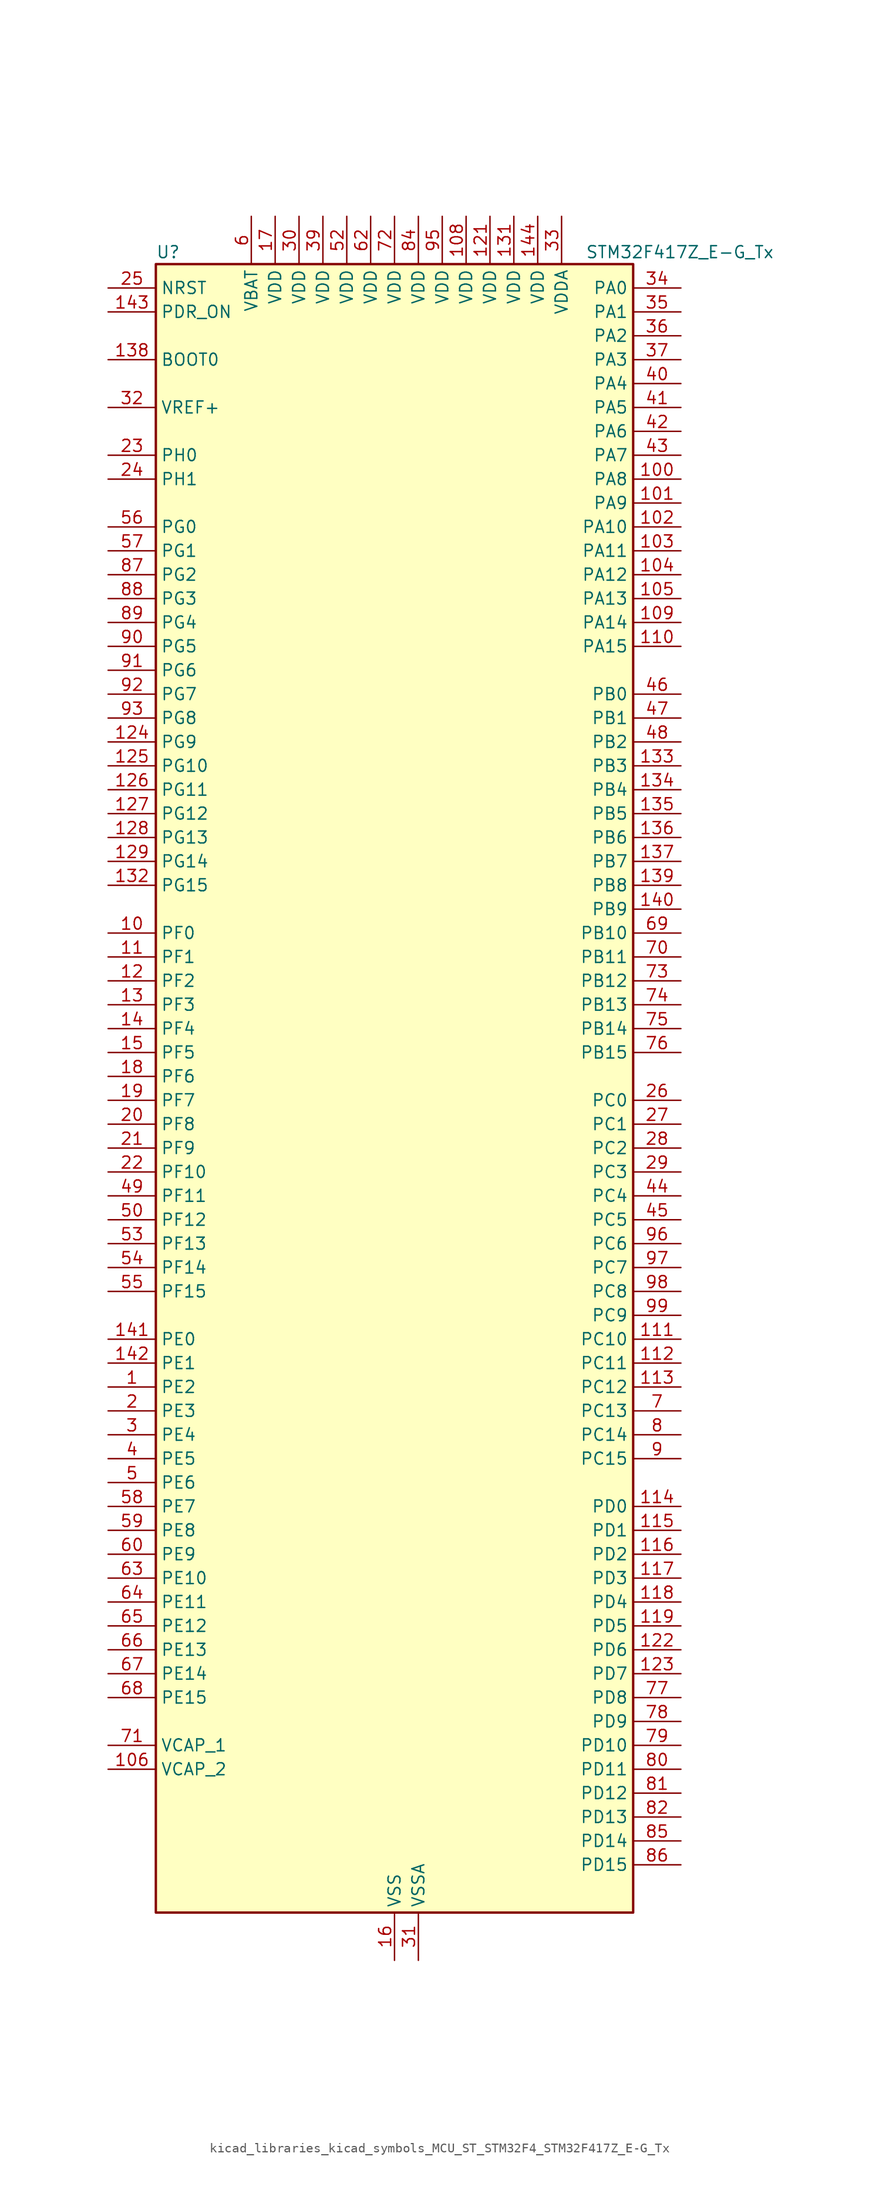
<source format=kicad_sym>
(kicad_symbol_lib
  (version 20220914)
  (generator kicad_symbol_editor)
  (symbol "kicad_libraries_kicad_symbols_MCU_ST_STM32F4_STM32F417Z_E-G_Tx"
    (property "Reference" "U"
      (at -25.4 90.17 0)
      (effects (font (size 1.27 1.27)) (justify left)))
    (property "Value" "STM32F417Z_E-G_Tx"
      (at 20.32 90.17 0)
      (effects (font (size 1.27 1.27)) (justify left)))
    (property "ki_locked" ""
      (at 0 0 0)
      (effects (font (size 1.27 1.27))))
    (symbol "kicad_libraries_kicad_symbols_MCU_ST_STM32F4_STM32F417Z_E-G_Tx_0_1"
      (rectangle (start -25.4 -86.36) (end 25.4 88.9) (stroke (width 0.254) (type default)) (fill (type background))))
    (symbol "kicad_libraries_kicad_symbols_MCU_ST_STM32F4_STM32F417Z_E-G_Tx_1_1"
      (pin bidirectional line (at -30.48 -30.48 0) (length 5.08) (name "PE2" (effects (font (size 1.27 1.27)))) (number "1" (effects (font (size 1.27 1.27)))) (alternate "ETH_TXD3" bidirectional line) (alternate "FSMC_A23" bidirectional line) (alternate "SYS_TRACECLK" bidirectional line))
      (pin bidirectional line (at -30.48 17.78 0) (length 5.08) (name "PF0" (effects (font (size 1.27 1.27)))) (number "10" (effects (font (size 1.27 1.27)))) (alternate "FSMC_A0" bidirectional line) (alternate "I2C2_SDA" bidirectional line))
      (pin bidirectional line (at 30.48 66.04 180) (length 5.08) (name "PA8" (effects (font (size 1.27 1.27)))) (number "100" (effects (font (size 1.27 1.27)))) (alternate "I2C3_SCL" bidirectional line) (alternate "RCC_MCO_1" bidirectional line) (alternate "TIM1_CH1" bidirectional line) (alternate "USART1_CK" bidirectional line) (alternate "USB_OTG_FS_SOF" bidirectional line))
      (pin bidirectional line (at 30.48 63.5 180) (length 5.08) (name "PA9" (effects (font (size 1.27 1.27)))) (number "101" (effects (font (size 1.27 1.27)))) (alternate "DAC_EXTI9" bidirectional line) (alternate "DCMI_D0" bidirectional line) (alternate "I2C3_SMBA" bidirectional line) (alternate "TIM1_CH2" bidirectional line) (alternate "USART1_TX" bidirectional line) (alternate "USB_OTG_FS_VBUS" bidirectional line))
      (pin bidirectional line (at 30.48 60.96 180) (length 5.08) (name "PA10" (effects (font (size 1.27 1.27)))) (number "102" (effects (font (size 1.27 1.27)))) (alternate "DCMI_D1" bidirectional line) (alternate "TIM1_CH3" bidirectional line) (alternate "USART1_RX" bidirectional line) (alternate "USB_OTG_FS_ID" bidirectional line))
      (pin bidirectional line (at 30.48 58.42 180) (length 5.08) (name "PA11" (effects (font (size 1.27 1.27)))) (number "103" (effects (font (size 1.27 1.27)))) (alternate "ADC1_EXTI11" bidirectional line) (alternate "ADC2_EXTI11" bidirectional line) (alternate "ADC3_EXTI11" bidirectional line) (alternate "CAN1_RX" bidirectional line) (alternate "TIM1_CH4" bidirectional line) (alternate "USART1_CTS" bidirectional line) (alternate "USB_OTG_FS_DM" bidirectional line))
      (pin bidirectional line (at 30.48 55.88 180) (length 5.08) (name "PA12" (effects (font (size 1.27 1.27)))) (number "104" (effects (font (size 1.27 1.27)))) (alternate "CAN1_TX" bidirectional line) (alternate "TIM1_ETR" bidirectional line) (alternate "USART1_RTS" bidirectional line) (alternate "USB_OTG_FS_DP" bidirectional line))
      (pin bidirectional line (at 30.48 53.34 180) (length 5.08) (name "PA13" (effects (font (size 1.27 1.27)))) (number "105" (effects (font (size 1.27 1.27)))) (alternate "SYS_JTMS-SWDIO" bidirectional line))
      (pin power_out line (at -30.48 -71.12 0) (length 5.08) (name "VCAP_2" (effects (font (size 1.27 1.27)))) (number "106" (effects (font (size 1.27 1.27)))))
      (pin passive line (at 0 -91.44 90) (length 5.08) hide (name "VSS" (effects (font (size 1.27 1.27)))) (number "107" (effects (font (size 1.27 1.27)))))
      (pin power_in line (at 7.62 93.98 270) (length 5.08) (name "VDD" (effects (font (size 1.27 1.27)))) (number "108" (effects (font (size 1.27 1.27)))))
      (pin bidirectional line (at 30.48 50.8 180) (length 5.08) (name "PA14" (effects (font (size 1.27 1.27)))) (number "109" (effects (font (size 1.27 1.27)))) (alternate "SYS_JTCK-SWCLK" bidirectional line))
      (pin bidirectional line (at -30.48 15.24 0) (length 5.08) (name "PF1" (effects (font (size 1.27 1.27)))) (number "11" (effects (font (size 1.27 1.27)))) (alternate "FSMC_A1" bidirectional line) (alternate "I2C2_SCL" bidirectional line))
      (pin bidirectional line (at 30.48 48.26 180) (length 5.08) (name "PA15" (effects (font (size 1.27 1.27)))) (number "110" (effects (font (size 1.27 1.27)))) (alternate "ADC1_EXTI15" bidirectional line) (alternate "ADC2_EXTI15" bidirectional line) (alternate "ADC3_EXTI15" bidirectional line) (alternate "I2S3_WS" bidirectional line) (alternate "SPI1_NSS" bidirectional line) (alternate "SPI3_NSS" bidirectional line) (alternate "SYS_JTDI" bidirectional line) (alternate "TIM2_CH1" bidirectional line) (alternate "TIM2_ETR" bidirectional line))
      (pin bidirectional line (at 30.48 -25.4 180) (length 5.08) (name "PC10" (effects (font (size 1.27 1.27)))) (number "111" (effects (font (size 1.27 1.27)))) (alternate "DCMI_D8" bidirectional line) (alternate "I2S3_CK" bidirectional line) (alternate "SDIO_D2" bidirectional line) (alternate "SPI3_SCK" bidirectional line) (alternate "UART4_TX" bidirectional line) (alternate "USART3_TX" bidirectional line))
      (pin bidirectional line (at 30.48 -27.94 180) (length 5.08) (name "PC11" (effects (font (size 1.27 1.27)))) (number "112" (effects (font (size 1.27 1.27)))) (alternate "ADC1_EXTI11" bidirectional line) (alternate "ADC2_EXTI11" bidirectional line) (alternate "ADC3_EXTI11" bidirectional line) (alternate "DCMI_D4" bidirectional line) (alternate "I2S3_ext_SD" bidirectional line) (alternate "SDIO_D3" bidirectional line) (alternate "SPI3_MISO" bidirectional line) (alternate "UART4_RX" bidirectional line) (alternate "USART3_RX" bidirectional line))
      (pin bidirectional line (at 30.48 -30.48 180) (length 5.08) (name "PC12" (effects (font (size 1.27 1.27)))) (number "113" (effects (font (size 1.27 1.27)))) (alternate "DCMI_D9" bidirectional line) (alternate "I2S3_SD" bidirectional line) (alternate "SDIO_CK" bidirectional line) (alternate "SPI3_MOSI" bidirectional line) (alternate "UART5_TX" bidirectional line) (alternate "USART3_CK" bidirectional line))
      (pin bidirectional line (at 30.48 -43.18 180) (length 5.08) (name "PD0" (effects (font (size 1.27 1.27)))) (number "114" (effects (font (size 1.27 1.27)))) (alternate "CAN1_RX" bidirectional line) (alternate "FSMC_D2" bidirectional line) (alternate "FSMC_DA2" bidirectional line))
      (pin bidirectional line (at 30.48 -45.72 180) (length 5.08) (name "PD1" (effects (font (size 1.27 1.27)))) (number "115" (effects (font (size 1.27 1.27)))) (alternate "CAN1_TX" bidirectional line) (alternate "FSMC_D3" bidirectional line) (alternate "FSMC_DA3" bidirectional line))
      (pin bidirectional line (at 30.48 -48.26 180) (length 5.08) (name "PD2" (effects (font (size 1.27 1.27)))) (number "116" (effects (font (size 1.27 1.27)))) (alternate "DCMI_D11" bidirectional line) (alternate "SDIO_CMD" bidirectional line) (alternate "TIM3_ETR" bidirectional line) (alternate "UART5_RX" bidirectional line))
      (pin bidirectional line (at 30.48 -50.8 180) (length 5.08) (name "PD3" (effects (font (size 1.27 1.27)))) (number "117" (effects (font (size 1.27 1.27)))) (alternate "FSMC_CLK" bidirectional line) (alternate "USART2_CTS" bidirectional line))
      (pin bidirectional line (at 30.48 -53.34 180) (length 5.08) (name "PD4" (effects (font (size 1.27 1.27)))) (number "118" (effects (font (size 1.27 1.27)))) (alternate "FSMC_NOE" bidirectional line) (alternate "USART2_RTS" bidirectional line))
      (pin bidirectional line (at 30.48 -55.88 180) (length 5.08) (name "PD5" (effects (font (size 1.27 1.27)))) (number "119" (effects (font (size 1.27 1.27)))) (alternate "FSMC_NWE" bidirectional line) (alternate "USART2_TX" bidirectional line))
      (pin bidirectional line (at -30.48 12.7 0) (length 5.08) (name "PF2" (effects (font (size 1.27 1.27)))) (number "12" (effects (font (size 1.27 1.27)))) (alternate "FSMC_A2" bidirectional line) (alternate "I2C2_SMBA" bidirectional line))
      (pin passive line (at 0 -91.44 90) (length 5.08) hide (name "VSS" (effects (font (size 1.27 1.27)))) (number "120" (effects (font (size 1.27 1.27)))))
      (pin power_in line (at 10.16 93.98 270) (length 5.08) (name "VDD" (effects (font (size 1.27 1.27)))) (number "121" (effects (font (size 1.27 1.27)))))
      (pin bidirectional line (at 30.48 -58.42 180) (length 5.08) (name "PD6" (effects (font (size 1.27 1.27)))) (number "122" (effects (font (size 1.27 1.27)))) (alternate "FSMC_NWAIT" bidirectional line) (alternate "USART2_RX" bidirectional line))
      (pin bidirectional line (at 30.48 -60.96 180) (length 5.08) (name "PD7" (effects (font (size 1.27 1.27)))) (number "123" (effects (font (size 1.27 1.27)))) (alternate "FSMC_NCE2" bidirectional line) (alternate "FSMC_NE1" bidirectional line) (alternate "USART2_CK" bidirectional line))
      (pin bidirectional line (at -30.48 38.1 0) (length 5.08) (name "PG9" (effects (font (size 1.27 1.27)))) (number "124" (effects (font (size 1.27 1.27)))) (alternate "DAC_EXTI9" bidirectional line) (alternate "FSMC_NCE3" bidirectional line) (alternate "FSMC_NE2" bidirectional line) (alternate "USART6_RX" bidirectional line))
      (pin bidirectional line (at -30.48 35.56 0) (length 5.08) (name "PG10" (effects (font (size 1.27 1.27)))) (number "125" (effects (font (size 1.27 1.27)))) (alternate "FSMC_NCE4_1" bidirectional line) (alternate "FSMC_NE3" bidirectional line))
      (pin bidirectional line (at -30.48 33.02 0) (length 5.08) (name "PG11" (effects (font (size 1.27 1.27)))) (number "126" (effects (font (size 1.27 1.27)))) (alternate "ADC1_EXTI11" bidirectional line) (alternate "ADC2_EXTI11" bidirectional line) (alternate "ADC3_EXTI11" bidirectional line) (alternate "ETH_TX_EN" bidirectional line) (alternate "FSMC_NCE4_2" bidirectional line))
      (pin bidirectional line (at -30.48 30.48 0) (length 5.08) (name "PG12" (effects (font (size 1.27 1.27)))) (number "127" (effects (font (size 1.27 1.27)))) (alternate "FSMC_NE4" bidirectional line) (alternate "USART6_RTS" bidirectional line))
      (pin bidirectional line (at -30.48 27.94 0) (length 5.08) (name "PG13" (effects (font (size 1.27 1.27)))) (number "128" (effects (font (size 1.27 1.27)))) (alternate "ETH_TXD0" bidirectional line) (alternate "FSMC_A24" bidirectional line) (alternate "USART6_CTS" bidirectional line))
      (pin bidirectional line (at -30.48 25.4 0) (length 5.08) (name "PG14" (effects (font (size 1.27 1.27)))) (number "129" (effects (font (size 1.27 1.27)))) (alternate "ETH_TXD1" bidirectional line) (alternate "FSMC_A25" bidirectional line) (alternate "USART6_TX" bidirectional line))
      (pin bidirectional line (at -30.48 10.16 0) (length 5.08) (name "PF3" (effects (font (size 1.27 1.27)))) (number "13" (effects (font (size 1.27 1.27)))) (alternate "ADC3_IN9" bidirectional line) (alternate "FSMC_A3" bidirectional line))
      (pin passive line (at 0 -91.44 90) (length 5.08) hide (name "VSS" (effects (font (size 1.27 1.27)))) (number "130" (effects (font (size 1.27 1.27)))))
      (pin power_in line (at 12.7 93.98 270) (length 5.08) (name "VDD" (effects (font (size 1.27 1.27)))) (number "131" (effects (font (size 1.27 1.27)))))
      (pin bidirectional line (at -30.48 22.86 0) (length 5.08) (name "PG15" (effects (font (size 1.27 1.27)))) (number "132" (effects (font (size 1.27 1.27)))) (alternate "ADC1_EXTI15" bidirectional line) (alternate "ADC2_EXTI15" bidirectional line) (alternate "ADC3_EXTI15" bidirectional line) (alternate "DCMI_D13" bidirectional line) (alternate "USART6_CTS" bidirectional line))
      (pin bidirectional line (at 30.48 35.56 180) (length 5.08) (name "PB3" (effects (font (size 1.27 1.27)))) (number "133" (effects (font (size 1.27 1.27)))) (alternate "I2S3_CK" bidirectional line) (alternate "SPI1_SCK" bidirectional line) (alternate "SPI3_SCK" bidirectional line) (alternate "SYS_JTDO-SWO" bidirectional line) (alternate "TIM2_CH2" bidirectional line))
      (pin bidirectional line (at 30.48 33.02 180) (length 5.08) (name "PB4" (effects (font (size 1.27 1.27)))) (number "134" (effects (font (size 1.27 1.27)))) (alternate "I2S3_ext_SD" bidirectional line) (alternate "SPI1_MISO" bidirectional line) (alternate "SPI3_MISO" bidirectional line) (alternate "SYS_JTRST" bidirectional line) (alternate "TIM3_CH1" bidirectional line))
      (pin bidirectional line (at 30.48 30.48 180) (length 5.08) (name "PB5" (effects (font (size 1.27 1.27)))) (number "135" (effects (font (size 1.27 1.27)))) (alternate "CAN2_RX" bidirectional line) (alternate "DCMI_D10" bidirectional line) (alternate "ETH_PPS_OUT" bidirectional line) (alternate "I2C1_SMBA" bidirectional line) (alternate "I2S3_SD" bidirectional line) (alternate "SPI1_MOSI" bidirectional line) (alternate "SPI3_MOSI" bidirectional line) (alternate "TIM3_CH2" bidirectional line) (alternate "USB_OTG_HS_ULPI_D7" bidirectional line))
      (pin bidirectional line (at 30.48 27.94 180) (length 5.08) (name "PB6" (effects (font (size 1.27 1.27)))) (number "136" (effects (font (size 1.27 1.27)))) (alternate "CAN2_TX" bidirectional line) (alternate "DCMI_D5" bidirectional line) (alternate "I2C1_SCL" bidirectional line) (alternate "TIM4_CH1" bidirectional line) (alternate "USART1_TX" bidirectional line))
      (pin bidirectional line (at 30.48 25.4 180) (length 5.08) (name "PB7" (effects (font (size 1.27 1.27)))) (number "137" (effects (font (size 1.27 1.27)))) (alternate "DCMI_VSYNC" bidirectional line) (alternate "FSMC_NL" bidirectional line) (alternate "I2C1_SDA" bidirectional line) (alternate "TIM4_CH2" bidirectional line) (alternate "USART1_RX" bidirectional line))
      (pin input line (at -30.48 78.74 0) (length 5.08) (name "BOOT0" (effects (font (size 1.27 1.27)))) (number "138" (effects (font (size 1.27 1.27)))))
      (pin bidirectional line (at 30.48 22.86 180) (length 5.08) (name "PB8" (effects (font (size 1.27 1.27)))) (number "139" (effects (font (size 1.27 1.27)))) (alternate "CAN1_RX" bidirectional line) (alternate "DCMI_D6" bidirectional line) (alternate "ETH_TXD3" bidirectional line) (alternate "I2C1_SCL" bidirectional line) (alternate "SDIO_D4" bidirectional line) (alternate "TIM10_CH1" bidirectional line) (alternate "TIM4_CH3" bidirectional line))
      (pin bidirectional line (at -30.48 7.62 0) (length 5.08) (name "PF4" (effects (font (size 1.27 1.27)))) (number "14" (effects (font (size 1.27 1.27)))) (alternate "ADC3_IN14" bidirectional line) (alternate "FSMC_A4" bidirectional line))
      (pin bidirectional line (at 30.48 20.32 180) (length 5.08) (name "PB9" (effects (font (size 1.27 1.27)))) (number "140" (effects (font (size 1.27 1.27)))) (alternate "CAN1_TX" bidirectional line) (alternate "DAC_EXTI9" bidirectional line) (alternate "DCMI_D7" bidirectional line) (alternate "I2C1_SDA" bidirectional line) (alternate "I2S2_WS" bidirectional line) (alternate "SDIO_D5" bidirectional line) (alternate "SPI2_NSS" bidirectional line) (alternate "TIM11_CH1" bidirectional line) (alternate "TIM4_CH4" bidirectional line))
      (pin bidirectional line (at -30.48 -25.4 0) (length 5.08) (name "PE0" (effects (font (size 1.27 1.27)))) (number "141" (effects (font (size 1.27 1.27)))) (alternate "DCMI_D2" bidirectional line) (alternate "FSMC_NBL0" bidirectional line) (alternate "TIM4_ETR" bidirectional line))
      (pin bidirectional line (at -30.48 -27.94 0) (length 5.08) (name "PE1" (effects (font (size 1.27 1.27)))) (number "142" (effects (font (size 1.27 1.27)))) (alternate "DCMI_D3" bidirectional line) (alternate "FSMC_NBL1" bidirectional line))
      (pin input line (at -30.48 83.82 0) (length 5.08) (name "PDR_ON" (effects (font (size 1.27 1.27)))) (number "143" (effects (font (size 1.27 1.27)))))
      (pin power_in line (at 15.24 93.98 270) (length 5.08) (name "VDD" (effects (font (size 1.27 1.27)))) (number "144" (effects (font (size 1.27 1.27)))))
      (pin bidirectional line (at -30.48 5.08 0) (length 5.08) (name "PF5" (effects (font (size 1.27 1.27)))) (number "15" (effects (font (size 1.27 1.27)))) (alternate "ADC3_IN15" bidirectional line) (alternate "FSMC_A5" bidirectional line))
      (pin power_in line (at 0 -91.44 90) (length 5.08) (name "VSS" (effects (font (size 1.27 1.27)))) (number "16" (effects (font (size 1.27 1.27)))))
      (pin power_in line (at -12.7 93.98 270) (length 5.08) (name "VDD" (effects (font (size 1.27 1.27)))) (number "17" (effects (font (size 1.27 1.27)))))
      (pin bidirectional line (at -30.48 2.54 0) (length 5.08) (name "PF6" (effects (font (size 1.27 1.27)))) (number "18" (effects (font (size 1.27 1.27)))) (alternate "ADC3_IN4" bidirectional line) (alternate "FSMC_NIORD" bidirectional line) (alternate "TIM10_CH1" bidirectional line))
      (pin bidirectional line (at -30.48 0 0) (length 5.08) (name "PF7" (effects (font (size 1.27 1.27)))) (number "19" (effects (font (size 1.27 1.27)))) (alternate "ADC3_IN5" bidirectional line) (alternate "FSMC_NREG" bidirectional line) (alternate "TIM11_CH1" bidirectional line))
      (pin bidirectional line (at -30.48 -33.02 0) (length 5.08) (name "PE3" (effects (font (size 1.27 1.27)))) (number "2" (effects (font (size 1.27 1.27)))) (alternate "FSMC_A19" bidirectional line) (alternate "SYS_TRACED0" bidirectional line))
      (pin bidirectional line (at -30.48 -2.54 0) (length 5.08) (name "PF8" (effects (font (size 1.27 1.27)))) (number "20" (effects (font (size 1.27 1.27)))) (alternate "ADC3_IN6" bidirectional line) (alternate "FSMC_NIOWR" bidirectional line) (alternate "TIM13_CH1" bidirectional line))
      (pin bidirectional line (at -30.48 -5.08 0) (length 5.08) (name "PF9" (effects (font (size 1.27 1.27)))) (number "21" (effects (font (size 1.27 1.27)))) (alternate "ADC3_IN7" bidirectional line) (alternate "DAC_EXTI9" bidirectional line) (alternate "FSMC_CD" bidirectional line) (alternate "TIM14_CH1" bidirectional line))
      (pin bidirectional line (at -30.48 -7.62 0) (length 5.08) (name "PF10" (effects (font (size 1.27 1.27)))) (number "22" (effects (font (size 1.27 1.27)))) (alternate "ADC3_IN8" bidirectional line) (alternate "FSMC_INTR" bidirectional line))
      (pin bidirectional line (at -30.48 68.58 0) (length 5.08) (name "PH0" (effects (font (size 1.27 1.27)))) (number "23" (effects (font (size 1.27 1.27)))) (alternate "RCC_OSC_IN" bidirectional line))
      (pin bidirectional line (at -30.48 66.04 0) (length 5.08) (name "PH1" (effects (font (size 1.27 1.27)))) (number "24" (effects (font (size 1.27 1.27)))) (alternate "RCC_OSC_OUT" bidirectional line))
      (pin input line (at -30.48 86.36 0) (length 5.08) (name "NRST" (effects (font (size 1.27 1.27)))) (number "25" (effects (font (size 1.27 1.27)))))
      (pin bidirectional line (at 30.48 0 180) (length 5.08) (name "PC0" (effects (font (size 1.27 1.27)))) (number "26" (effects (font (size 1.27 1.27)))) (alternate "ADC1_IN10" bidirectional line) (alternate "ADC2_IN10" bidirectional line) (alternate "ADC3_IN10" bidirectional line) (alternate "USB_OTG_HS_ULPI_STP" bidirectional line))
      (pin bidirectional line (at 30.48 -2.54 180) (length 5.08) (name "PC1" (effects (font (size 1.27 1.27)))) (number "27" (effects (font (size 1.27 1.27)))) (alternate "ADC1_IN11" bidirectional line) (alternate "ADC2_IN11" bidirectional line) (alternate "ADC3_IN11" bidirectional line) (alternate "ETH_MDC" bidirectional line))
      (pin bidirectional line (at 30.48 -5.08 180) (length 5.08) (name "PC2" (effects (font (size 1.27 1.27)))) (number "28" (effects (font (size 1.27 1.27)))) (alternate "ADC1_IN12" bidirectional line) (alternate "ADC2_IN12" bidirectional line) (alternate "ADC3_IN12" bidirectional line) (alternate "ETH_TXD2" bidirectional line) (alternate "I2S2_ext_SD" bidirectional line) (alternate "SPI2_MISO" bidirectional line) (alternate "USB_OTG_HS_ULPI_DIR" bidirectional line))
      (pin bidirectional line (at 30.48 -7.62 180) (length 5.08) (name "PC3" (effects (font (size 1.27 1.27)))) (number "29" (effects (font (size 1.27 1.27)))) (alternate "ADC1_IN13" bidirectional line) (alternate "ADC2_IN13" bidirectional line) (alternate "ADC3_IN13" bidirectional line) (alternate "ETH_TX_CLK" bidirectional line) (alternate "I2S2_SD" bidirectional line) (alternate "SPI2_MOSI" bidirectional line) (alternate "USB_OTG_HS_ULPI_NXT" bidirectional line))
      (pin bidirectional line (at -30.48 -35.56 0) (length 5.08) (name "PE4" (effects (font (size 1.27 1.27)))) (number "3" (effects (font (size 1.27 1.27)))) (alternate "DCMI_D4" bidirectional line) (alternate "FSMC_A20" bidirectional line) (alternate "SYS_TRACED1" bidirectional line))
      (pin power_in line (at -10.16 93.98 270) (length 5.08) (name "VDD" (effects (font (size 1.27 1.27)))) (number "30" (effects (font (size 1.27 1.27)))))
      (pin power_in line (at 2.54 -91.44 90) (length 5.08) (name "VSSA" (effects (font (size 1.27 1.27)))) (number "31" (effects (font (size 1.27 1.27)))))
      (pin input line (at -30.48 73.66 0) (length 5.08) (name "VREF+" (effects (font (size 1.27 1.27)))) (number "32" (effects (font (size 1.27 1.27)))))
      (pin power_in line (at 17.78 93.98 270) (length 5.08) (name "VDDA" (effects (font (size 1.27 1.27)))) (number "33" (effects (font (size 1.27 1.27)))))
      (pin bidirectional line (at 30.48 86.36 180) (length 5.08) (name "PA0" (effects (font (size 1.27 1.27)))) (number "34" (effects (font (size 1.27 1.27)))) (alternate "ADC1_IN0" bidirectional line) (alternate "ADC2_IN0" bidirectional line) (alternate "ADC3_IN0" bidirectional line) (alternate "ETH_CRS" bidirectional line) (alternate "SYS_WKUP" bidirectional line) (alternate "TIM2_CH1" bidirectional line) (alternate "TIM2_ETR" bidirectional line) (alternate "TIM5_CH1" bidirectional line) (alternate "TIM8_ETR" bidirectional line) (alternate "UART4_TX" bidirectional line) (alternate "USART2_CTS" bidirectional line))
      (pin bidirectional line (at 30.48 83.82 180) (length 5.08) (name "PA1" (effects (font (size 1.27 1.27)))) (number "35" (effects (font (size 1.27 1.27)))) (alternate "ADC1_IN1" bidirectional line) (alternate "ADC2_IN1" bidirectional line) (alternate "ADC3_IN1" bidirectional line) (alternate "ETH_REF_CLK" bidirectional line) (alternate "ETH_RX_CLK" bidirectional line) (alternate "TIM2_CH2" bidirectional line) (alternate "TIM5_CH2" bidirectional line) (alternate "UART4_RX" bidirectional line) (alternate "USART2_RTS" bidirectional line))
      (pin bidirectional line (at 30.48 81.28 180) (length 5.08) (name "PA2" (effects (font (size 1.27 1.27)))) (number "36" (effects (font (size 1.27 1.27)))) (alternate "ADC1_IN2" bidirectional line) (alternate "ADC2_IN2" bidirectional line) (alternate "ADC3_IN2" bidirectional line) (alternate "ETH_MDIO" bidirectional line) (alternate "TIM2_CH3" bidirectional line) (alternate "TIM5_CH3" bidirectional line) (alternate "TIM9_CH1" bidirectional line) (alternate "USART2_TX" bidirectional line))
      (pin bidirectional line (at 30.48 78.74 180) (length 5.08) (name "PA3" (effects (font (size 1.27 1.27)))) (number "37" (effects (font (size 1.27 1.27)))) (alternate "ADC1_IN3" bidirectional line) (alternate "ADC2_IN3" bidirectional line) (alternate "ADC3_IN3" bidirectional line) (alternate "ETH_COL" bidirectional line) (alternate "TIM2_CH4" bidirectional line) (alternate "TIM5_CH4" bidirectional line) (alternate "TIM9_CH2" bidirectional line) (alternate "USART2_RX" bidirectional line) (alternate "USB_OTG_HS_ULPI_D0" bidirectional line))
      (pin passive line (at 0 -91.44 90) (length 5.08) hide (name "VSS" (effects (font (size 1.27 1.27)))) (number "38" (effects (font (size 1.27 1.27)))))
      (pin power_in line (at -7.62 93.98 270) (length 5.08) (name "VDD" (effects (font (size 1.27 1.27)))) (number "39" (effects (font (size 1.27 1.27)))))
      (pin bidirectional line (at -30.48 -38.1 0) (length 5.08) (name "PE5" (effects (font (size 1.27 1.27)))) (number "4" (effects (font (size 1.27 1.27)))) (alternate "DCMI_D6" bidirectional line) (alternate "FSMC_A21" bidirectional line) (alternate "SYS_TRACED2" bidirectional line) (alternate "TIM9_CH1" bidirectional line))
      (pin bidirectional line (at 30.48 76.2 180) (length 5.08) (name "PA4" (effects (font (size 1.27 1.27)))) (number "40" (effects (font (size 1.27 1.27)))) (alternate "ADC1_IN4" bidirectional line) (alternate "ADC2_IN4" bidirectional line) (alternate "DAC_OUT1" bidirectional line) (alternate "DCMI_HSYNC" bidirectional line) (alternate "I2S3_WS" bidirectional line) (alternate "SPI1_NSS" bidirectional line) (alternate "SPI3_NSS" bidirectional line) (alternate "USART2_CK" bidirectional line) (alternate "USB_OTG_HS_SOF" bidirectional line))
      (pin bidirectional line (at 30.48 73.66 180) (length 5.08) (name "PA5" (effects (font (size 1.27 1.27)))) (number "41" (effects (font (size 1.27 1.27)))) (alternate "ADC1_IN5" bidirectional line) (alternate "ADC2_IN5" bidirectional line) (alternate "DAC_OUT2" bidirectional line) (alternate "SPI1_SCK" bidirectional line) (alternate "TIM2_CH1" bidirectional line) (alternate "TIM2_ETR" bidirectional line) (alternate "TIM8_CH1N" bidirectional line) (alternate "USB_OTG_HS_ULPI_CK" bidirectional line))
      (pin bidirectional line (at 30.48 71.12 180) (length 5.08) (name "PA6" (effects (font (size 1.27 1.27)))) (number "42" (effects (font (size 1.27 1.27)))) (alternate "ADC1_IN6" bidirectional line) (alternate "ADC2_IN6" bidirectional line) (alternate "DCMI_PIXCLK" bidirectional line) (alternate "SPI1_MISO" bidirectional line) (alternate "TIM13_CH1" bidirectional line) (alternate "TIM1_BKIN" bidirectional line) (alternate "TIM3_CH1" bidirectional line) (alternate "TIM8_BKIN" bidirectional line))
      (pin bidirectional line (at 30.48 68.58 180) (length 5.08) (name "PA7" (effects (font (size 1.27 1.27)))) (number "43" (effects (font (size 1.27 1.27)))) (alternate "ADC1_IN7" bidirectional line) (alternate "ADC2_IN7" bidirectional line) (alternate "ETH_CRS_DV" bidirectional line) (alternate "ETH_RX_DV" bidirectional line) (alternate "SPI1_MOSI" bidirectional line) (alternate "TIM14_CH1" bidirectional line) (alternate "TIM1_CH1N" bidirectional line) (alternate "TIM3_CH2" bidirectional line) (alternate "TIM8_CH1N" bidirectional line))
      (pin bidirectional line (at 30.48 -10.16 180) (length 5.08) (name "PC4" (effects (font (size 1.27 1.27)))) (number "44" (effects (font (size 1.27 1.27)))) (alternate "ADC1_IN14" bidirectional line) (alternate "ADC2_IN14" bidirectional line) (alternate "ETH_RXD0" bidirectional line))
      (pin bidirectional line (at 30.48 -12.7 180) (length 5.08) (name "PC5" (effects (font (size 1.27 1.27)))) (number "45" (effects (font (size 1.27 1.27)))) (alternate "ADC1_IN15" bidirectional line) (alternate "ADC2_IN15" bidirectional line) (alternate "ETH_RXD1" bidirectional line))
      (pin bidirectional line (at 30.48 43.18 180) (length 5.08) (name "PB0" (effects (font (size 1.27 1.27)))) (number "46" (effects (font (size 1.27 1.27)))) (alternate "ADC1_IN8" bidirectional line) (alternate "ADC2_IN8" bidirectional line) (alternate "ETH_RXD2" bidirectional line) (alternate "TIM1_CH2N" bidirectional line) (alternate "TIM3_CH3" bidirectional line) (alternate "TIM8_CH2N" bidirectional line) (alternate "USB_OTG_HS_ULPI_D1" bidirectional line))
      (pin bidirectional line (at 30.48 40.64 180) (length 5.08) (name "PB1" (effects (font (size 1.27 1.27)))) (number "47" (effects (font (size 1.27 1.27)))) (alternate "ADC1_IN9" bidirectional line) (alternate "ADC2_IN9" bidirectional line) (alternate "ETH_RXD3" bidirectional line) (alternate "TIM1_CH3N" bidirectional line) (alternate "TIM3_CH4" bidirectional line) (alternate "TIM8_CH3N" bidirectional line) (alternate "USB_OTG_HS_ULPI_D2" bidirectional line))
      (pin bidirectional line (at 30.48 38.1 180) (length 5.08) (name "PB2" (effects (font (size 1.27 1.27)))) (number "48" (effects (font (size 1.27 1.27)))))
      (pin bidirectional line (at -30.48 -10.16 0) (length 5.08) (name "PF11" (effects (font (size 1.27 1.27)))) (number "49" (effects (font (size 1.27 1.27)))) (alternate "ADC1_EXTI11" bidirectional line) (alternate "ADC2_EXTI11" bidirectional line) (alternate "ADC3_EXTI11" bidirectional line) (alternate "DCMI_D12" bidirectional line))
      (pin bidirectional line (at -30.48 -40.64 0) (length 5.08) (name "PE6" (effects (font (size 1.27 1.27)))) (number "5" (effects (font (size 1.27 1.27)))) (alternate "DCMI_D7" bidirectional line) (alternate "FSMC_A22" bidirectional line) (alternate "SYS_TRACED3" bidirectional line) (alternate "TIM9_CH2" bidirectional line))
      (pin bidirectional line (at -30.48 -12.7 0) (length 5.08) (name "PF12" (effects (font (size 1.27 1.27)))) (number "50" (effects (font (size 1.27 1.27)))) (alternate "FSMC_A6" bidirectional line))
      (pin passive line (at 0 -91.44 90) (length 5.08) hide (name "VSS" (effects (font (size 1.27 1.27)))) (number "51" (effects (font (size 1.27 1.27)))))
      (pin power_in line (at -5.08 93.98 270) (length 5.08) (name "VDD" (effects (font (size 1.27 1.27)))) (number "52" (effects (font (size 1.27 1.27)))))
      (pin bidirectional line (at -30.48 -15.24 0) (length 5.08) (name "PF13" (effects (font (size 1.27 1.27)))) (number "53" (effects (font (size 1.27 1.27)))) (alternate "FSMC_A7" bidirectional line))
      (pin bidirectional line (at -30.48 -17.78 0) (length 5.08) (name "PF14" (effects (font (size 1.27 1.27)))) (number "54" (effects (font (size 1.27 1.27)))) (alternate "FSMC_A8" bidirectional line))
      (pin bidirectional line (at -30.48 -20.32 0) (length 5.08) (name "PF15" (effects (font (size 1.27 1.27)))) (number "55" (effects (font (size 1.27 1.27)))) (alternate "ADC1_EXTI15" bidirectional line) (alternate "ADC2_EXTI15" bidirectional line) (alternate "ADC3_EXTI15" bidirectional line) (alternate "FSMC_A9" bidirectional line))
      (pin bidirectional line (at -30.48 60.96 0) (length 5.08) (name "PG0" (effects (font (size 1.27 1.27)))) (number "56" (effects (font (size 1.27 1.27)))) (alternate "FSMC_A10" bidirectional line))
      (pin bidirectional line (at -30.48 58.42 0) (length 5.08) (name "PG1" (effects (font (size 1.27 1.27)))) (number "57" (effects (font (size 1.27 1.27)))) (alternate "FSMC_A11" bidirectional line))
      (pin bidirectional line (at -30.48 -43.18 0) (length 5.08) (name "PE7" (effects (font (size 1.27 1.27)))) (number "58" (effects (font (size 1.27 1.27)))) (alternate "FSMC_D4" bidirectional line) (alternate "FSMC_DA4" bidirectional line) (alternate "TIM1_ETR" bidirectional line))
      (pin bidirectional line (at -30.48 -45.72 0) (length 5.08) (name "PE8" (effects (font (size 1.27 1.27)))) (number "59" (effects (font (size 1.27 1.27)))) (alternate "FSMC_D5" bidirectional line) (alternate "FSMC_DA5" bidirectional line) (alternate "TIM1_CH1N" bidirectional line))
      (pin power_in line (at -15.24 93.98 270) (length 5.08) (name "VBAT" (effects (font (size 1.27 1.27)))) (number "6" (effects (font (size 1.27 1.27)))))
      (pin bidirectional line (at -30.48 -48.26 0) (length 5.08) (name "PE9" (effects (font (size 1.27 1.27)))) (number "60" (effects (font (size 1.27 1.27)))) (alternate "DAC_EXTI9" bidirectional line) (alternate "FSMC_D6" bidirectional line) (alternate "FSMC_DA6" bidirectional line) (alternate "TIM1_CH1" bidirectional line))
      (pin passive line (at 0 -91.44 90) (length 5.08) hide (name "VSS" (effects (font (size 1.27 1.27)))) (number "61" (effects (font (size 1.27 1.27)))))
      (pin power_in line (at -2.54 93.98 270) (length 5.08) (name "VDD" (effects (font (size 1.27 1.27)))) (number "62" (effects (font (size 1.27 1.27)))))
      (pin bidirectional line (at -30.48 -50.8 0) (length 5.08) (name "PE10" (effects (font (size 1.27 1.27)))) (number "63" (effects (font (size 1.27 1.27)))) (alternate "FSMC_D7" bidirectional line) (alternate "FSMC_DA7" bidirectional line) (alternate "TIM1_CH2N" bidirectional line))
      (pin bidirectional line (at -30.48 -53.34 0) (length 5.08) (name "PE11" (effects (font (size 1.27 1.27)))) (number "64" (effects (font (size 1.27 1.27)))) (alternate "ADC1_EXTI11" bidirectional line) (alternate "ADC2_EXTI11" bidirectional line) (alternate "ADC3_EXTI11" bidirectional line) (alternate "FSMC_D8" bidirectional line) (alternate "FSMC_DA8" bidirectional line) (alternate "TIM1_CH2" bidirectional line))
      (pin bidirectional line (at -30.48 -55.88 0) (length 5.08) (name "PE12" (effects (font (size 1.27 1.27)))) (number "65" (effects (font (size 1.27 1.27)))) (alternate "FSMC_D9" bidirectional line) (alternate "FSMC_DA9" bidirectional line) (alternate "TIM1_CH3N" bidirectional line))
      (pin bidirectional line (at -30.48 -58.42 0) (length 5.08) (name "PE13" (effects (font (size 1.27 1.27)))) (number "66" (effects (font (size 1.27 1.27)))) (alternate "FSMC_D10" bidirectional line) (alternate "FSMC_DA10" bidirectional line) (alternate "TIM1_CH3" bidirectional line))
      (pin bidirectional line (at -30.48 -60.96 0) (length 5.08) (name "PE14" (effects (font (size 1.27 1.27)))) (number "67" (effects (font (size 1.27 1.27)))) (alternate "FSMC_D11" bidirectional line) (alternate "FSMC_DA11" bidirectional line) (alternate "TIM1_CH4" bidirectional line))
      (pin bidirectional line (at -30.48 -63.5 0) (length 5.08) (name "PE15" (effects (font (size 1.27 1.27)))) (number "68" (effects (font (size 1.27 1.27)))) (alternate "ADC1_EXTI15" bidirectional line) (alternate "ADC2_EXTI15" bidirectional line) (alternate "ADC3_EXTI15" bidirectional line) (alternate "FSMC_D12" bidirectional line) (alternate "FSMC_DA12" bidirectional line) (alternate "TIM1_BKIN" bidirectional line))
      (pin bidirectional line (at 30.48 17.78 180) (length 5.08) (name "PB10" (effects (font (size 1.27 1.27)))) (number "69" (effects (font (size 1.27 1.27)))) (alternate "ETH_RX_ER" bidirectional line) (alternate "I2C2_SCL" bidirectional line) (alternate "I2S2_CK" bidirectional line) (alternate "SPI2_SCK" bidirectional line) (alternate "TIM2_CH3" bidirectional line) (alternate "USART3_TX" bidirectional line) (alternate "USB_OTG_HS_ULPI_D3" bidirectional line))
      (pin bidirectional line (at 30.48 -33.02 180) (length 5.08) (name "PC13" (effects (font (size 1.27 1.27)))) (number "7" (effects (font (size 1.27 1.27)))) (alternate "RTC_AF1" bidirectional line))
      (pin bidirectional line (at 30.48 15.24 180) (length 5.08) (name "PB11" (effects (font (size 1.27 1.27)))) (number "70" (effects (font (size 1.27 1.27)))) (alternate "ADC1_EXTI11" bidirectional line) (alternate "ADC2_EXTI11" bidirectional line) (alternate "ADC3_EXTI11" bidirectional line) (alternate "ETH_TX_EN" bidirectional line) (alternate "I2C2_SDA" bidirectional line) (alternate "TIM2_CH4" bidirectional line) (alternate "USART3_RX" bidirectional line) (alternate "USB_OTG_HS_ULPI_D4" bidirectional line))
      (pin power_out line (at -30.48 -68.58 0) (length 5.08) (name "VCAP_1" (effects (font (size 1.27 1.27)))) (number "71" (effects (font (size 1.27 1.27)))))
      (pin power_in line (at 0 93.98 270) (length 5.08) (name "VDD" (effects (font (size 1.27 1.27)))) (number "72" (effects (font (size 1.27 1.27)))))
      (pin bidirectional line (at 30.48 12.7 180) (length 5.08) (name "PB12" (effects (font (size 1.27 1.27)))) (number "73" (effects (font (size 1.27 1.27)))) (alternate "CAN2_RX" bidirectional line) (alternate "ETH_TXD0" bidirectional line) (alternate "I2C2_SMBA" bidirectional line) (alternate "I2S2_WS" bidirectional line) (alternate "SPI2_NSS" bidirectional line) (alternate "TIM1_BKIN" bidirectional line) (alternate "USART3_CK" bidirectional line) (alternate "USB_OTG_HS_ID" bidirectional line) (alternate "USB_OTG_HS_ULPI_D5" bidirectional line))
      (pin bidirectional line (at 30.48 10.16 180) (length 5.08) (name "PB13" (effects (font (size 1.27 1.27)))) (number "74" (effects (font (size 1.27 1.27)))) (alternate "CAN2_TX" bidirectional line) (alternate "ETH_TXD1" bidirectional line) (alternate "I2S2_CK" bidirectional line) (alternate "SPI2_SCK" bidirectional line) (alternate "TIM1_CH1N" bidirectional line) (alternate "USART3_CTS" bidirectional line) (alternate "USB_OTG_HS_ULPI_D6" bidirectional line) (alternate "USB_OTG_HS_VBUS" bidirectional line))
      (pin bidirectional line (at 30.48 7.62 180) (length 5.08) (name "PB14" (effects (font (size 1.27 1.27)))) (number "75" (effects (font (size 1.27 1.27)))) (alternate "I2S2_ext_SD" bidirectional line) (alternate "SPI2_MISO" bidirectional line) (alternate "TIM12_CH1" bidirectional line) (alternate "TIM1_CH2N" bidirectional line) (alternate "TIM8_CH2N" bidirectional line) (alternate "USART3_RTS" bidirectional line) (alternate "USB_OTG_HS_DM" bidirectional line))
      (pin bidirectional line (at 30.48 5.08 180) (length 5.08) (name "PB15" (effects (font (size 1.27 1.27)))) (number "76" (effects (font (size 1.27 1.27)))) (alternate "ADC1_EXTI15" bidirectional line) (alternate "ADC2_EXTI15" bidirectional line) (alternate "ADC3_EXTI15" bidirectional line) (alternate "I2S2_SD" bidirectional line) (alternate "RTC_REFIN" bidirectional line) (alternate "SPI2_MOSI" bidirectional line) (alternate "TIM12_CH2" bidirectional line) (alternate "TIM1_CH3N" bidirectional line) (alternate "TIM8_CH3N" bidirectional line) (alternate "USB_OTG_HS_DP" bidirectional line))
      (pin bidirectional line (at 30.48 -63.5 180) (length 5.08) (name "PD8" (effects (font (size 1.27 1.27)))) (number "77" (effects (font (size 1.27 1.27)))) (alternate "FSMC_D13" bidirectional line) (alternate "FSMC_DA13" bidirectional line) (alternate "USART3_TX" bidirectional line))
      (pin bidirectional line (at 30.48 -66.04 180) (length 5.08) (name "PD9" (effects (font (size 1.27 1.27)))) (number "78" (effects (font (size 1.27 1.27)))) (alternate "DAC_EXTI9" bidirectional line) (alternate "FSMC_D14" bidirectional line) (alternate "FSMC_DA14" bidirectional line) (alternate "USART3_RX" bidirectional line))
      (pin bidirectional line (at 30.48 -68.58 180) (length 5.08) (name "PD10" (effects (font (size 1.27 1.27)))) (number "79" (effects (font (size 1.27 1.27)))) (alternate "FSMC_D15" bidirectional line) (alternate "FSMC_DA15" bidirectional line) (alternate "USART3_CK" bidirectional line))
      (pin bidirectional line (at 30.48 -35.56 180) (length 5.08) (name "PC14" (effects (font (size 1.27 1.27)))) (number "8" (effects (font (size 1.27 1.27)))) (alternate "RCC_OSC32_IN" bidirectional line))
      (pin bidirectional line (at 30.48 -71.12 180) (length 5.08) (name "PD11" (effects (font (size 1.27 1.27)))) (number "80" (effects (font (size 1.27 1.27)))) (alternate "ADC1_EXTI11" bidirectional line) (alternate "ADC2_EXTI11" bidirectional line) (alternate "ADC3_EXTI11" bidirectional line) (alternate "FSMC_A16" bidirectional line) (alternate "FSMC_CLE" bidirectional line) (alternate "USART3_CTS" bidirectional line))
      (pin bidirectional line (at 30.48 -73.66 180) (length 5.08) (name "PD12" (effects (font (size 1.27 1.27)))) (number "81" (effects (font (size 1.27 1.27)))) (alternate "FSMC_A17" bidirectional line) (alternate "FSMC_ALE" bidirectional line) (alternate "TIM4_CH1" bidirectional line) (alternate "USART3_RTS" bidirectional line))
      (pin bidirectional line (at 30.48 -76.2 180) (length 5.08) (name "PD13" (effects (font (size 1.27 1.27)))) (number "82" (effects (font (size 1.27 1.27)))) (alternate "FSMC_A18" bidirectional line) (alternate "TIM4_CH2" bidirectional line))
      (pin passive line (at 0 -91.44 90) (length 5.08) hide (name "VSS" (effects (font (size 1.27 1.27)))) (number "83" (effects (font (size 1.27 1.27)))))
      (pin power_in line (at 2.54 93.98 270) (length 5.08) (name "VDD" (effects (font (size 1.27 1.27)))) (number "84" (effects (font (size 1.27 1.27)))))
      (pin bidirectional line (at 30.48 -78.74 180) (length 5.08) (name "PD14" (effects (font (size 1.27 1.27)))) (number "85" (effects (font (size 1.27 1.27)))) (alternate "FSMC_D0" bidirectional line) (alternate "FSMC_DA0" bidirectional line) (alternate "TIM4_CH3" bidirectional line))
      (pin bidirectional line (at 30.48 -81.28 180) (length 5.08) (name "PD15" (effects (font (size 1.27 1.27)))) (number "86" (effects (font (size 1.27 1.27)))) (alternate "ADC1_EXTI15" bidirectional line) (alternate "ADC2_EXTI15" bidirectional line) (alternate "ADC3_EXTI15" bidirectional line) (alternate "FSMC_D1" bidirectional line) (alternate "FSMC_DA1" bidirectional line) (alternate "TIM4_CH4" bidirectional line))
      (pin bidirectional line (at -30.48 55.88 0) (length 5.08) (name "PG2" (effects (font (size 1.27 1.27)))) (number "87" (effects (font (size 1.27 1.27)))) (alternate "FSMC_A12" bidirectional line))
      (pin bidirectional line (at -30.48 53.34 0) (length 5.08) (name "PG3" (effects (font (size 1.27 1.27)))) (number "88" (effects (font (size 1.27 1.27)))) (alternate "FSMC_A13" bidirectional line))
      (pin bidirectional line (at -30.48 50.8 0) (length 5.08) (name "PG4" (effects (font (size 1.27 1.27)))) (number "89" (effects (font (size 1.27 1.27)))) (alternate "FSMC_A14" bidirectional line))
      (pin bidirectional line (at 30.48 -38.1 180) (length 5.08) (name "PC15" (effects (font (size 1.27 1.27)))) (number "9" (effects (font (size 1.27 1.27)))) (alternate "ADC1_EXTI15" bidirectional line) (alternate "ADC2_EXTI15" bidirectional line) (alternate "ADC3_EXTI15" bidirectional line) (alternate "RCC_OSC32_OUT" bidirectional line))
      (pin bidirectional line (at -30.48 48.26 0) (length 5.08) (name "PG5" (effects (font (size 1.27 1.27)))) (number "90" (effects (font (size 1.27 1.27)))) (alternate "FSMC_A15" bidirectional line))
      (pin bidirectional line (at -30.48 45.72 0) (length 5.08) (name "PG6" (effects (font (size 1.27 1.27)))) (number "91" (effects (font (size 1.27 1.27)))) (alternate "FSMC_INT2" bidirectional line))
      (pin bidirectional line (at -30.48 43.18 0) (length 5.08) (name "PG7" (effects (font (size 1.27 1.27)))) (number "92" (effects (font (size 1.27 1.27)))) (alternate "FSMC_INT3" bidirectional line) (alternate "USART6_CK" bidirectional line))
      (pin bidirectional line (at -30.48 40.64 0) (length 5.08) (name "PG8" (effects (font (size 1.27 1.27)))) (number "93" (effects (font (size 1.27 1.27)))) (alternate "ETH_PPS_OUT" bidirectional line) (alternate "USART6_RTS" bidirectional line))
      (pin passive line (at 0 -91.44 90) (length 5.08) hide (name "VSS" (effects (font (size 1.27 1.27)))) (number "94" (effects (font (size 1.27 1.27)))))
      (pin power_in line (at 5.08 93.98 270) (length 5.08) (name "VDD" (effects (font (size 1.27 1.27)))) (number "95" (effects (font (size 1.27 1.27)))))
      (pin bidirectional line (at 30.48 -15.24 180) (length 5.08) (name "PC6" (effects (font (size 1.27 1.27)))) (number "96" (effects (font (size 1.27 1.27)))) (alternate "DCMI_D0" bidirectional line) (alternate "I2S2_MCK" bidirectional line) (alternate "SDIO_D6" bidirectional line) (alternate "TIM3_CH1" bidirectional line) (alternate "TIM8_CH1" bidirectional line) (alternate "USART6_TX" bidirectional line))
      (pin bidirectional line (at 30.48 -17.78 180) (length 5.08) (name "PC7" (effects (font (size 1.27 1.27)))) (number "97" (effects (font (size 1.27 1.27)))) (alternate "DCMI_D1" bidirectional line) (alternate "I2S3_MCK" bidirectional line) (alternate "SDIO_D7" bidirectional line) (alternate "TIM3_CH2" bidirectional line) (alternate "TIM8_CH2" bidirectional line) (alternate "USART6_RX" bidirectional line))
      (pin bidirectional line (at 30.48 -20.32 180) (length 5.08) (name "PC8" (effects (font (size 1.27 1.27)))) (number "98" (effects (font (size 1.27 1.27)))) (alternate "DCMI_D2" bidirectional line) (alternate "SDIO_D0" bidirectional line) (alternate "TIM3_CH3" bidirectional line) (alternate "TIM8_CH3" bidirectional line) (alternate "USART6_CK" bidirectional line))
      (pin bidirectional line (at 30.48 -22.86 180) (length 5.08) (name "PC9" (effects (font (size 1.27 1.27)))) (number "99" (effects (font (size 1.27 1.27)))) (alternate "DAC_EXTI9" bidirectional line) (alternate "DCMI_D3" bidirectional line) (alternate "I2C3_SDA" bidirectional line) (alternate "I2S_CKIN" bidirectional line) (alternate "RCC_MCO_2" bidirectional line) (alternate "SDIO_D1" bidirectional line) (alternate "TIM3_CH4" bidirectional line) (alternate "TIM8_CH4" bidirectional line)))))
</source>
